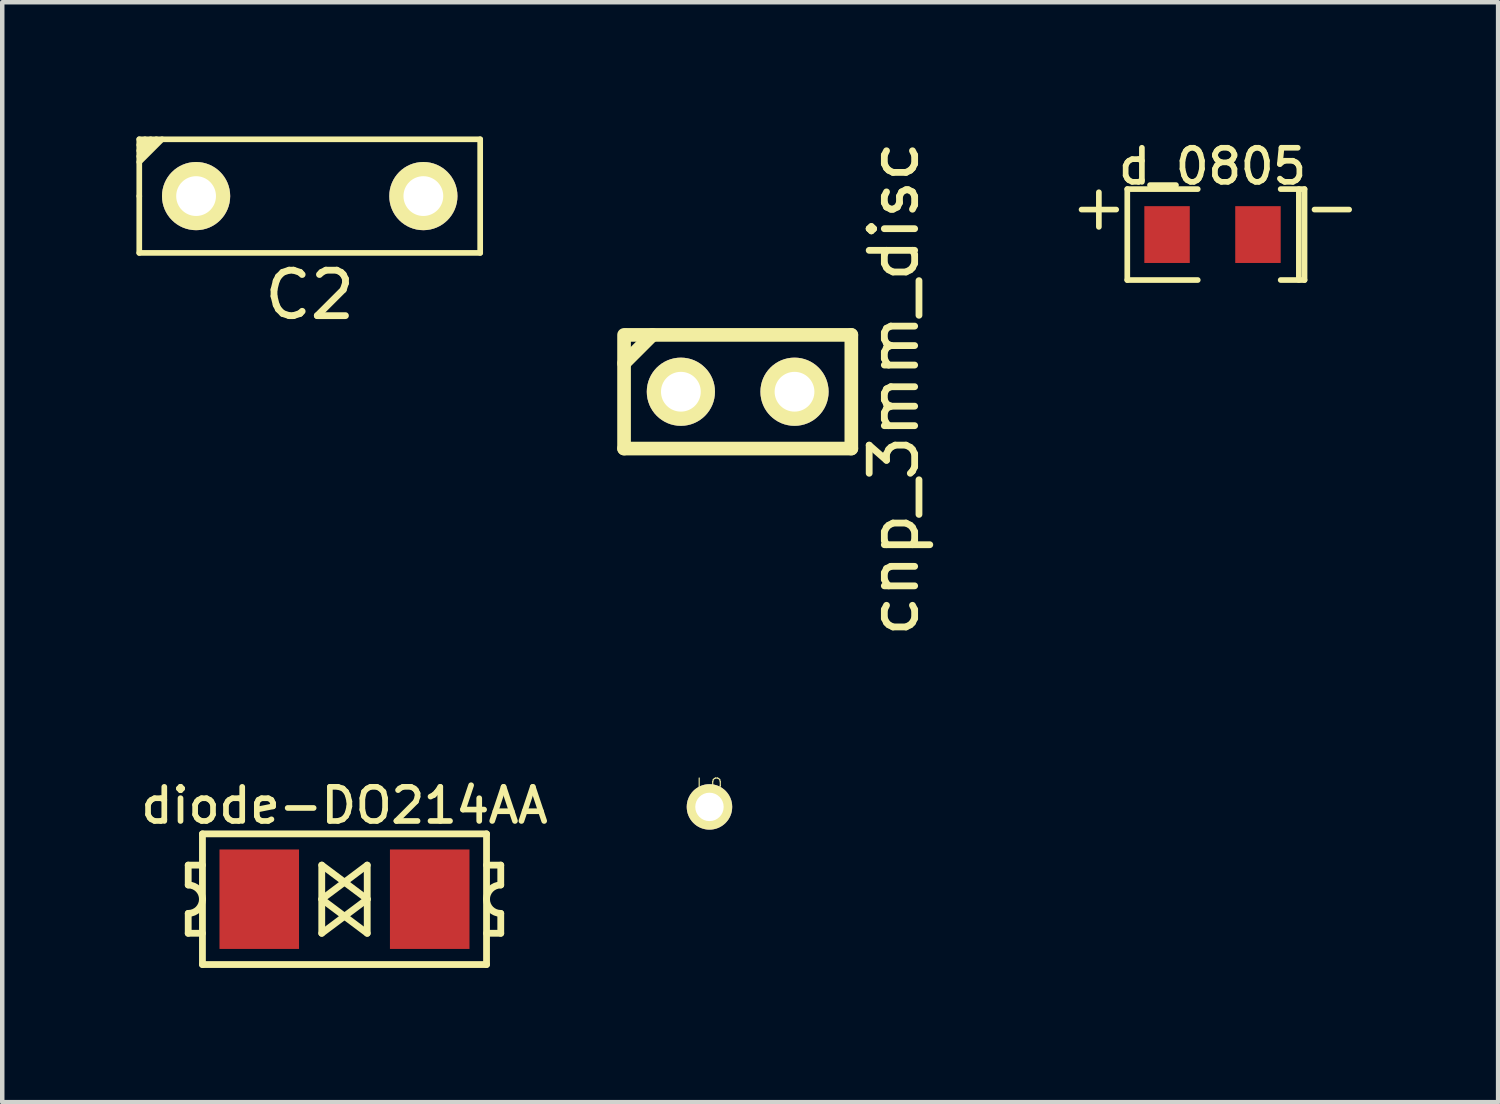
<source format=kicad_pcb>
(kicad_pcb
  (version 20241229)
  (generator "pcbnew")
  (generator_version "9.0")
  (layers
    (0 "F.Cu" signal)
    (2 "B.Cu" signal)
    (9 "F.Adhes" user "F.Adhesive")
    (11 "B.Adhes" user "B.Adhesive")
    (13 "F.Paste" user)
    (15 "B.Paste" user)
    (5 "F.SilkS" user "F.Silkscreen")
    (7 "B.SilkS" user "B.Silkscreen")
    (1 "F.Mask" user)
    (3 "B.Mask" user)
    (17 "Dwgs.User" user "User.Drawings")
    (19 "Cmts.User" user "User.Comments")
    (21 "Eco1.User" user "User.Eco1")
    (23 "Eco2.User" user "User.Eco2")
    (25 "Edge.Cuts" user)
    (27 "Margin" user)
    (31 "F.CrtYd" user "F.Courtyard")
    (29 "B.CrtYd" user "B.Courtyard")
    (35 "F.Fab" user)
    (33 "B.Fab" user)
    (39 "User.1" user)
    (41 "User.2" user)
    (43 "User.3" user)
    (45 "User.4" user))
  (footprint "I_O"
    (layer "F.Cu")
    (at 12.808 14.986)
    (property "Reference" "I_O" (at 0 -0.508 0) (layer "F.SilkS") (effects (font (size 0.254 0.254) (thickness 0.025))))
    (attr smd)
    (pad "1" thru_hole circle (at 0 0) (size 1.016 1.016) (drill 0.635) (layers "*.Cu" "*.Mask" "F.SilkS")))
  (footprint "cnp_3mm_disc"
    (layer "F.Cu")
    (at 13.439 5.706)
    (property "Reference" "cnp_3mm_disc" (at 3.493 -0.064 90) (layer "F.SilkS") (effects (font (size 1.016 1.016) (thickness 0.152))))
    (attr smd)
    (fp_line (start -2.54 -0.635) (end -1.905 -1.27) (stroke (width 0.305) (type solid)) (layer "F.SilkS"))
    (fp_line (start -2.54 1.27) (end -2.54 -1.27) (stroke (width 0.305) (type solid)) (layer "F.SilkS"))
    (fp_line (start -2.489 -1.27) (end 2.54 -1.27) (stroke (width 0.305) (type solid)) (layer "F.SilkS"))
    (fp_line (start 2.54 -1.27) (end 2.54 1.27) (stroke (width 0.305) (type solid)) (layer "F.SilkS"))
    (fp_line (start 2.54 1.27) (end -2.54 1.27) (stroke (width 0.305) (type solid)) (layer "F.SilkS"))
    (pad "1" thru_hole circle (at 1.27 0) (size 1.524 1.524) (drill 0.889) (layers "*.Cu" "*.Mask" "F.SilkS"))
    (pad "2" thru_hole circle (at -1.27 0) (size 1.524 1.524) (drill 0.889) (layers "*.Cu" "*.Mask" "F.SilkS")))
  (footprint "d_0805"
    (layer "F.Cu")
    (at 24.052 2.193)
    (property "Reference" "d_0805" (at 0 -1.524 0) (layer "F.SilkS") (effects (font (size 0.762 0.762) (thickness 0.127))))
    (attr smd)
    (fp_line (start -1.905 -1.016) (end -1.905 1.016) (stroke (width 0.127) (type solid)) (layer "F.SilkS"))
    (fp_line (start -1.905 -1.016) (end -0.33 -1.016) (stroke (width 0.127) (type solid)) (layer "F.SilkS"))
    (fp_line (start -1.905 1.016) (end -0.33 1.016) (stroke (width 0.127) (type solid)) (layer "F.SilkS"))
    (fp_line (start 1.93 1.016) (end 1.93 -1.016) (stroke (width 0.127) (type solid)) (layer "F.SilkS"))
    (fp_line (start 2.057 -1.016) (end 1.524 -1.016) (stroke (width 0.127) (type solid)) (layer "F.SilkS"))
    (fp_line (start 2.057 -1.016) (end 2.057 1.016) (stroke (width 0.127) (type solid)) (layer "F.SilkS"))
    (fp_line (start 2.057 1.016) (end 1.524 1.016) (stroke (width 0.127) (type solid)) (layer "F.SilkS"))
    (fp_text user "-" (at 2.667 -0.635 0) (layer "F.SilkS") (effects (font (size 1.016 1.016) (thickness 0.127))))
    (fp_text user "+" (at -2.54 -0.635 0) (layer "F.SilkS") (effects (font (size 1.016 1.016) (thickness 0.127))))
    (pad "1" smd rect (at -1.016 0) (size 1.016 1.27) (layers "F.Cu" "F.Mask" "F.Paste"))
    (pad "2" smd rect (at 1.016 0) (size 1.016 1.27) (layers "F.Cu" "F.Mask" "F.Paste")))
  (footprint "C2"
    (layer "F.Cu")
    (at 3.873 1.333)
    (property "Reference" "C2" (at 0 2.21 0) (layer "F.SilkS") (effects (font (size 1.016 1.016) (thickness 0.152))))
    (attr smd)
    (fp_line (start -3.81 -1.27) (end 3.81 -1.27) (stroke (width 0.127) (type solid)) (layer "F.SilkS"))
    (fp_line (start -3.81 -1.143) (end -3.683 -1.27) (stroke (width 0.127) (type solid)) (layer "F.SilkS"))
    (fp_line (start -3.81 -1.016) (end -3.556 -1.27) (stroke (width 0.127) (type solid)) (layer "F.SilkS"))
    (fp_line (start -3.81 -0.889) (end -3.429 -1.27) (stroke (width 0.127) (type solid)) (layer "F.SilkS"))
    (fp_line (start -3.81 0) (end -3.81 -1.27) (stroke (width 0.127) (type solid)) (layer "F.SilkS"))
    (fp_line (start -3.81 1.27) (end -3.81 0) (stroke (width 0.127) (type solid)) (layer "F.SilkS"))
    (fp_line (start -3.302 -1.27) (end -3.81 -0.762) (stroke (width 0.127) (type solid)) (layer "F.SilkS"))
    (fp_line (start 3.81 -1.27) (end 3.81 1.27) (stroke (width 0.127) (type solid)) (layer "F.SilkS"))
    (fp_line (start 3.81 1.27) (end -3.81 1.27) (stroke (width 0.127) (type solid)) (layer "F.SilkS"))
    (pad "1" thru_hole circle (at 2.54 0) (size 1.524 1.524) (drill 0.889) (layers "*.Cu" "*.Mask" "F.SilkS"))
    (pad "2" thru_hole circle (at -2.54 0) (size 1.524 1.524) (drill 0.889) (layers "*.Cu" "*.Mask" "F.SilkS")))
  (footprint "diode-DO214AA"
    (layer "F.Cu")
    (at 4.65 17.049)
    (property "Reference" "diode-DO214AA" (at 0 -2.095 0) (layer "F.SilkS") (effects (font (size 0.762 0.762) (thickness 0.127))))
    (attr smd)
    (fp_line (start -3.493 -0.762) (end -3.493 -0.318) (stroke (width 0.152) (type solid)) (layer "F.SilkS"))
    (fp_line (start -3.493 0.318) (end -3.493 0.762) (stroke (width 0.152) (type solid)) (layer "F.SilkS"))
    (fp_line (start -3.493 0.762) (end -3.175 0.762) (stroke (width 0.152) (type solid)) (layer "F.SilkS"))
    (fp_line (start -3.175 -0.762) (end -3.493 -0.762) (stroke (width 0.152) (type solid)) (layer "F.SilkS"))
    (fp_line (start -3.175 1.46) (end -3.175 -1.46) (stroke (width 0.152) (type solid)) (layer "F.SilkS"))
    (fp_line (start -3.175 1.46) (end 3.175 1.46) (stroke (width 0.152) (type solid)) (layer "F.SilkS"))
    (fp_line (start -0.508 -0.762) (end -0.508 0.762) (stroke (width 0.152) (type solid)) (layer "F.SilkS"))
    (fp_line (start -0.508 0) (end 0.508 0.762) (stroke (width 0.152) (type solid)) (layer "F.SilkS"))
    (fp_line (start -0.508 0.762) (end 0.508 0) (stroke (width 0.152) (type solid)) (layer "F.SilkS"))
    (fp_line (start 0.508 -0.762) (end -0.508 0) (stroke (width 0.152) (type solid)) (layer "F.SilkS"))
    (fp_line (start 0.508 0) (end -0.508 -0.762) (stroke (width 0.152) (type solid)) (layer "F.SilkS"))
    (fp_line (start 0.508 0) (end 0.508 -0.762) (stroke (width 0.152) (type solid)) (layer "F.SilkS"))
    (fp_line (start 0.508 0.762) (end 0.508 0) (stroke (width 0.152) (type solid)) (layer "F.SilkS"))
    (fp_line (start 3.175 -1.46) (end -3.175 -1.46) (stroke (width 0.152) (type solid)) (layer "F.SilkS"))
    (fp_line (start 3.175 -1.46) (end 3.175 1.46) (stroke (width 0.152) (type solid)) (layer "F.SilkS"))
    (fp_line (start 3.175 -0.762) (end 3.493 -0.762) (stroke (width 0.152) (type solid)) (layer "F.SilkS"))
    (fp_line (start 3.493 -0.762) (end 3.493 -0.318) (stroke (width 0.152) (type solid)) (layer "F.SilkS"))
    (fp_line (start 3.493 0.318) (end 3.493 0.762) (stroke (width 0.152) (type solid)) (layer "F.SilkS"))
    (fp_line (start 3.493 0.762) (end 3.175 0.762) (stroke (width 0.152) (type solid)) (layer "F.SilkS"))
    (fp_arc (start -3.4925 -0.3175) (mid -3.267994 -0.224506) (end -3.175 0) (stroke (width 0.1524) (type solid)) (layer "F.SilkS"))
    (fp_arc (start -3.175 0) (mid -3.267994 0.224506) (end -3.4925 0.3175) (stroke (width 0.1524) (type solid)) (layer "F.SilkS"))
    (fp_arc (start 3.175 0) (mid 3.267994 -0.224506) (end 3.4925 -0.3175) (stroke (width 0.1524) (type solid)) (layer "F.SilkS"))
    (fp_arc (start 3.4925 0.3175) (mid 3.267994 0.224506) (end 3.175 0) (stroke (width 0.1524) (type solid)) (layer "F.SilkS"))
    (pad "1" smd rect (at -1.905 0) (size 1.778 2.223) (layers "F.Cu" "F.Mask" "F.Paste"))
    (pad "2" smd rect (at 1.905 0) (size 1.778 2.223) (layers "F.Cu" "F.Mask" "F.Paste")))
  (gr_rect
    (start -3 -3)
    (end 30.436 21.586)
    (stroke (width 0.1) (type default))
    (fill no)
    (layer "Edge.Cuts")))
</source>
